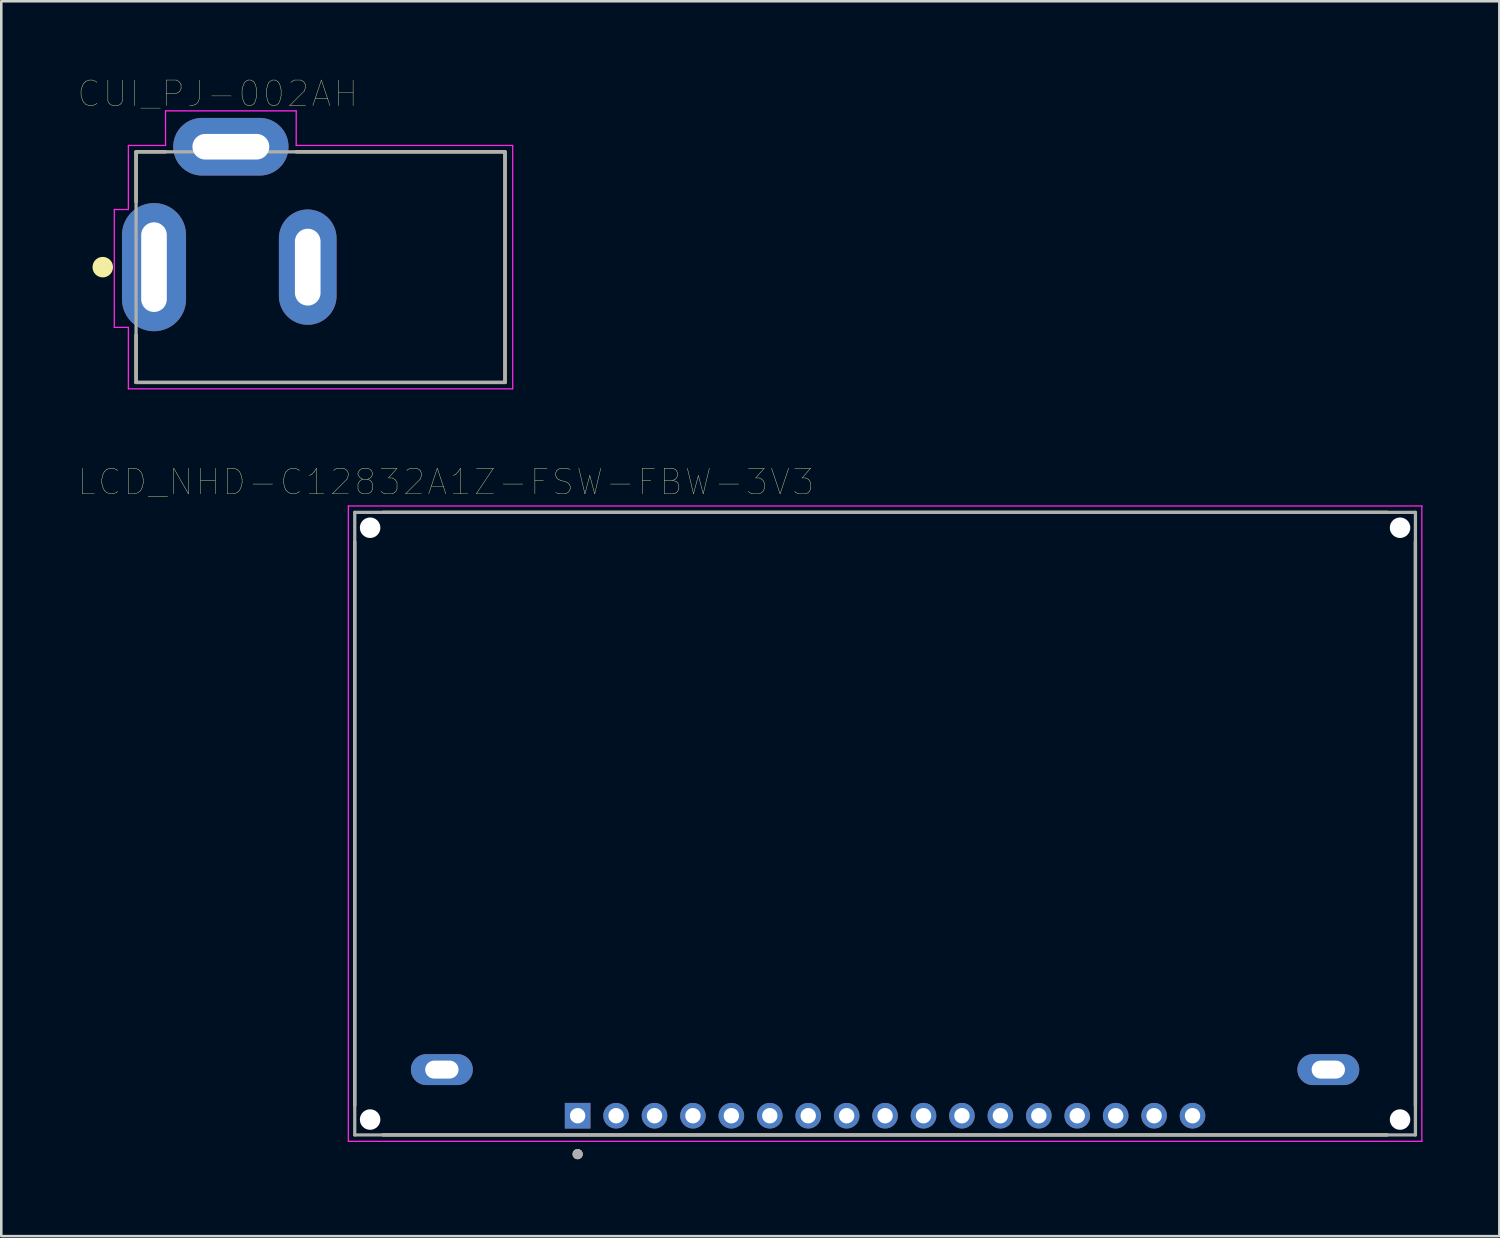
<source format=kicad_pcb>
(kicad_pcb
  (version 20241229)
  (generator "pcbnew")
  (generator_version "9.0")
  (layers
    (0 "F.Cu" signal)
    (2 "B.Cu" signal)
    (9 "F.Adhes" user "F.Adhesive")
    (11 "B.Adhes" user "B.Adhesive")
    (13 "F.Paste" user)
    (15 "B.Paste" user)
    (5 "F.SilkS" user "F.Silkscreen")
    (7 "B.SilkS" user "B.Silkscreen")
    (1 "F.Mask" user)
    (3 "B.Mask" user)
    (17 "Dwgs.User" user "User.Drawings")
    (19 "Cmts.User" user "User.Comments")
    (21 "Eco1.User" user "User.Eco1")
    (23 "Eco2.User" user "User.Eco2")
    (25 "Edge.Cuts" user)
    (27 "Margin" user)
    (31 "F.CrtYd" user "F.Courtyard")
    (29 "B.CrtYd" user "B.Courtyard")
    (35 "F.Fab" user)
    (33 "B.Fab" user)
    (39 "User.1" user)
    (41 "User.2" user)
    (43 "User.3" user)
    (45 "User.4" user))
  (footprint "CUI_PJ-002AH"
    (layer "F.Cu")
    (at 2.961 7.377)
    (property "Reference" "CUI_PJ-002AH" (at 2.485 -6.765 0) (layer "F.SilkS") (effects (font (size 1 1) (thickness 0.015))))
    (attr through_hole)
    (fp_line (start -0.7 -4.5) (end 0.45 -4.5) (stroke (width 0.127) (type solid)) (layer "F.SilkS"))
    (fp_line (start -0.7 -2.55) (end -0.7 -4.5) (stroke (width 0.127) (type solid)) (layer "F.SilkS"))
    (fp_line (start -0.7 4.5) (end -0.7 2.65) (stroke (width 0.127) (type solid)) (layer "F.SilkS"))
    (fp_line (start 5.55 -4.5) (end 13.7 -4.5) (stroke (width 0.127) (type solid)) (layer "F.SilkS"))
    (fp_line (start 13.7 -4.5) (end 13.7 4.5) (stroke (width 0.127) (type solid)) (layer "F.SilkS"))
    (fp_line (start 13.7 4.5) (end -0.7 4.5) (stroke (width 0.127) (type solid)) (layer "F.SilkS"))
    (fp_circle (center -2 0) (end -1.8 0) (stroke (width 0.4) (type solid)) (fill no) (layer "F.SilkS"))
    (fp_line (start -1.55 -2.25) (end -1.55 2.35) (stroke (width 0.05) (type solid)) (layer "F.CrtYd"))
    (fp_line (start -1.55 2.35) (end -1 2.35) (stroke (width 0.05) (type solid)) (layer "F.CrtYd"))
    (fp_line (start -1 -4.75) (end 0.45 -4.75) (stroke (width 0.05) (type solid)) (layer "F.CrtYd"))
    (fp_line (start -1 -2.25) (end -1.55 -2.25) (stroke (width 0.05) (type solid)) (layer "F.CrtYd"))
    (fp_line (start -1 -2.25) (end -1 -4.75) (stroke (width 0.05) (type solid)) (layer "F.CrtYd"))
    (fp_line (start -1 4.75) (end -1 2.35) (stroke (width 0.05) (type solid)) (layer "F.CrtYd"))
    (fp_line (start 0.45 -6.1) (end 5.55 -6.1) (stroke (width 0.05) (type solid)) (layer "F.CrtYd"))
    (fp_line (start 0.45 -4.75) (end 0.45 -6.1) (stroke (width 0.05) (type solid)) (layer "F.CrtYd"))
    (fp_line (start 5.55 -6.1) (end 5.55 -4.75) (stroke (width 0.05) (type solid)) (layer "F.CrtYd"))
    (fp_line (start 5.55 -4.75) (end 14 -4.75) (stroke (width 0.05) (type solid)) (layer "F.CrtYd"))
    (fp_line (start 14 -4.75) (end 14 4.75) (stroke (width 0.05) (type solid)) (layer "F.CrtYd"))
    (fp_line (start 14 4.75) (end -1 4.75) (stroke (width 0.05) (type solid)) (layer "F.CrtYd"))
    (fp_line (start -0.7 -4.5) (end 13.7 -4.5) (stroke (width 0.127) (type solid)) (layer "F.Fab"))
    (fp_line (start -0.7 4.5) (end -0.7 -4.5) (stroke (width 0.127) (type solid)) (layer "F.Fab"))
    (fp_line (start 13.7 -4.5) (end 13.7 4.5) (stroke (width 0.127) (type solid)) (layer "F.Fab"))
    (fp_line (start 13.7 4.5) (end -0.7 4.5) (stroke (width 0.127) (type solid)) (layer "F.Fab"))
    (pad "1" thru_hole oval (at 0 0) (size 2.5 5) (drill oval 1 3.5) (layers "*.Cu" "*.Mask"))
    (pad "2" thru_hole oval (at 6 0) (size 2.25 4.5) (drill oval 1 3) (layers "*.Cu" "*.Mask"))
    (pad "3" thru_hole oval (at 3 -4.7) (size 4.5 2.25) (drill oval 3 1) (layers "*.Cu" "*.Mask")))
  (footprint "LCD_NHD-C12832A1Z-FSW-FBW-3V3"
    (layer "F.Cu")
    (at 31.496 29.098)
    (property "Reference" "LCD_NHD-C12832A1Z-FSW-FBW-3V3" (at -17.145 -13.335 0) (layer "F.SilkS") (effects (font (size 1 1) (thickness 0.015))))
    (attr through_hole)
    (fp_line (start -20.7 11) (end -20.7 -11) (stroke (width 0.127) (type solid)) (layer "F.SilkS"))
    (fp_line (start -19.6 -12.15) (end 19.6 -12.15) (stroke (width 0.127) (type solid)) (layer "F.SilkS"))
    (fp_line (start 19.6 12.15) (end -19.6 12.15) (stroke (width 0.127) (type solid)) (layer "F.SilkS"))
    (fp_line (start 20.7 -11) (end 20.7 11) (stroke (width 0.127) (type solid)) (layer "F.SilkS"))
    (fp_circle (center -12 12.9) (end -11.9 12.9) (stroke (width 0.2) (type solid)) (fill no) (layer "F.SilkS"))
    (fp_line (start -20.95 -12.4) (end 20.95 -12.4) (stroke (width 0.05) (type solid)) (layer "F.CrtYd"))
    (fp_line (start -20.95 12.4) (end -20.95 -12.4) (stroke (width 0.05) (type solid)) (layer "F.CrtYd"))
    (fp_line (start 20.95 -12.4) (end 20.95 12.4) (stroke (width 0.05) (type solid)) (layer "F.CrtYd"))
    (fp_line (start 20.95 12.4) (end -20.95 12.4) (stroke (width 0.05) (type solid)) (layer "F.CrtYd"))
    (fp_line (start -20.7 -12.15) (end 20.7 -12.15) (stroke (width 0.127) (type solid)) (layer "F.Fab"))
    (fp_line (start -20.7 12.15) (end -20.7 -12.15) (stroke (width 0.127) (type solid)) (layer "F.Fab"))
    (fp_line (start 20.7 -12.15) (end 20.7 12.15) (stroke (width 0.127) (type solid)) (layer "F.Fab"))
    (fp_line (start 20.7 12.15) (end -20.7 12.15) (stroke (width 0.127) (type solid)) (layer "F.Fab"))
    (fp_circle (center -12 12.9) (end -11.9 12.9) (stroke (width 0.2) (type solid)) (fill no) (layer "F.Fab"))
    (pad "" np_thru_hole circle (at -20.1 -11.55) (size 0.8 0.8) (drill 0.8) (layers "*.Cu" "*.Mask"))
    (pad "" np_thru_hole circle (at -20.1 11.55) (size 0.8 0.8) (drill 0.8) (layers "*.Cu" "*.Mask"))
    (pad "" np_thru_hole circle (at 20.1 -11.55) (size 0.8 0.8) (drill 0.8) (layers "*.Cu" "*.Mask"))
    (pad "" np_thru_hole circle (at 20.1 11.55) (size 0.8 0.8) (drill 0.8) (layers "*.Cu" "*.Mask"))
    (pad "1" thru_hole rect (at -12 11.4) (size 1 1) (drill 0.6) (layers "*.Cu" "*.Mask"))
    (pad "2" thru_hole circle (at -10.5 11.4) (size 1 1) (drill 0.6) (layers "*.Cu" "*.Mask"))
    (pad "3" thru_hole circle (at -9 11.4) (size 1 1) (drill 0.6) (layers "*.Cu" "*.Mask"))
    (pad "4" thru_hole circle (at -7.5 11.4) (size 1 1) (drill 0.6) (layers "*.Cu" "*.Mask"))
    (pad "5" thru_hole circle (at -6 11.4) (size 1 1) (drill 0.6) (layers "*.Cu" "*.Mask"))
    (pad "6" thru_hole circle (at -4.5 11.4) (size 1 1) (drill 0.6) (layers "*.Cu" "*.Mask"))
    (pad "7" thru_hole circle (at -3 11.4) (size 1 1) (drill 0.6) (layers "*.Cu" "*.Mask"))
    (pad "8" thru_hole circle (at -1.5 11.4) (size 1 1) (drill 0.6) (layers "*.Cu" "*.Mask"))
    (pad "9" thru_hole circle (at 0 11.4) (size 1 1) (drill 0.6) (layers "*.Cu" "*.Mask"))
    (pad "10" thru_hole circle (at 1.5 11.4) (size 1 1) (drill 0.6) (layers "*.Cu" "*.Mask"))
    (pad "11" thru_hole circle (at 3 11.4) (size 1 1) (drill 0.6) (layers "*.Cu" "*.Mask"))
    (pad "12" thru_hole circle (at 4.5 11.4) (size 1 1) (drill 0.6) (layers "*.Cu" "*.Mask"))
    (pad "13" thru_hole circle (at 6 11.4) (size 1 1) (drill 0.6) (layers "*.Cu" "*.Mask"))
    (pad "14" thru_hole circle (at 7.5 11.4) (size 1 1) (drill 0.6) (layers "*.Cu" "*.Mask"))
    (pad "15" thru_hole circle (at 9 11.4) (size 1 1) (drill 0.6) (layers "*.Cu" "*.Mask"))
    (pad "16" thru_hole circle (at 10.5 11.4) (size 1 1) (drill 0.6) (layers "*.Cu" "*.Mask"))
    (pad "17" thru_hole circle (at 12 11.4) (size 1 1) (drill 0.6) (layers "*.Cu" "*.Mask"))
    (pad "A" thru_hole oval (at -17.3 9.6) (size 2.416 1.208) (drill oval 1.3 0.7) (layers "*.Cu" "*.Mask"))
    (pad "K" thru_hole oval (at 17.3 9.6) (size 2.416 1.208) (drill oval 1.3 0.7) (layers "*.Cu" "*.Mask")))
  (gr_rect
    (start -3 -3)
    (end 55.471 45.198)
    (stroke (width 0.1) (type default))
    (fill no)
    (layer "Edge.Cuts")))
</source>
